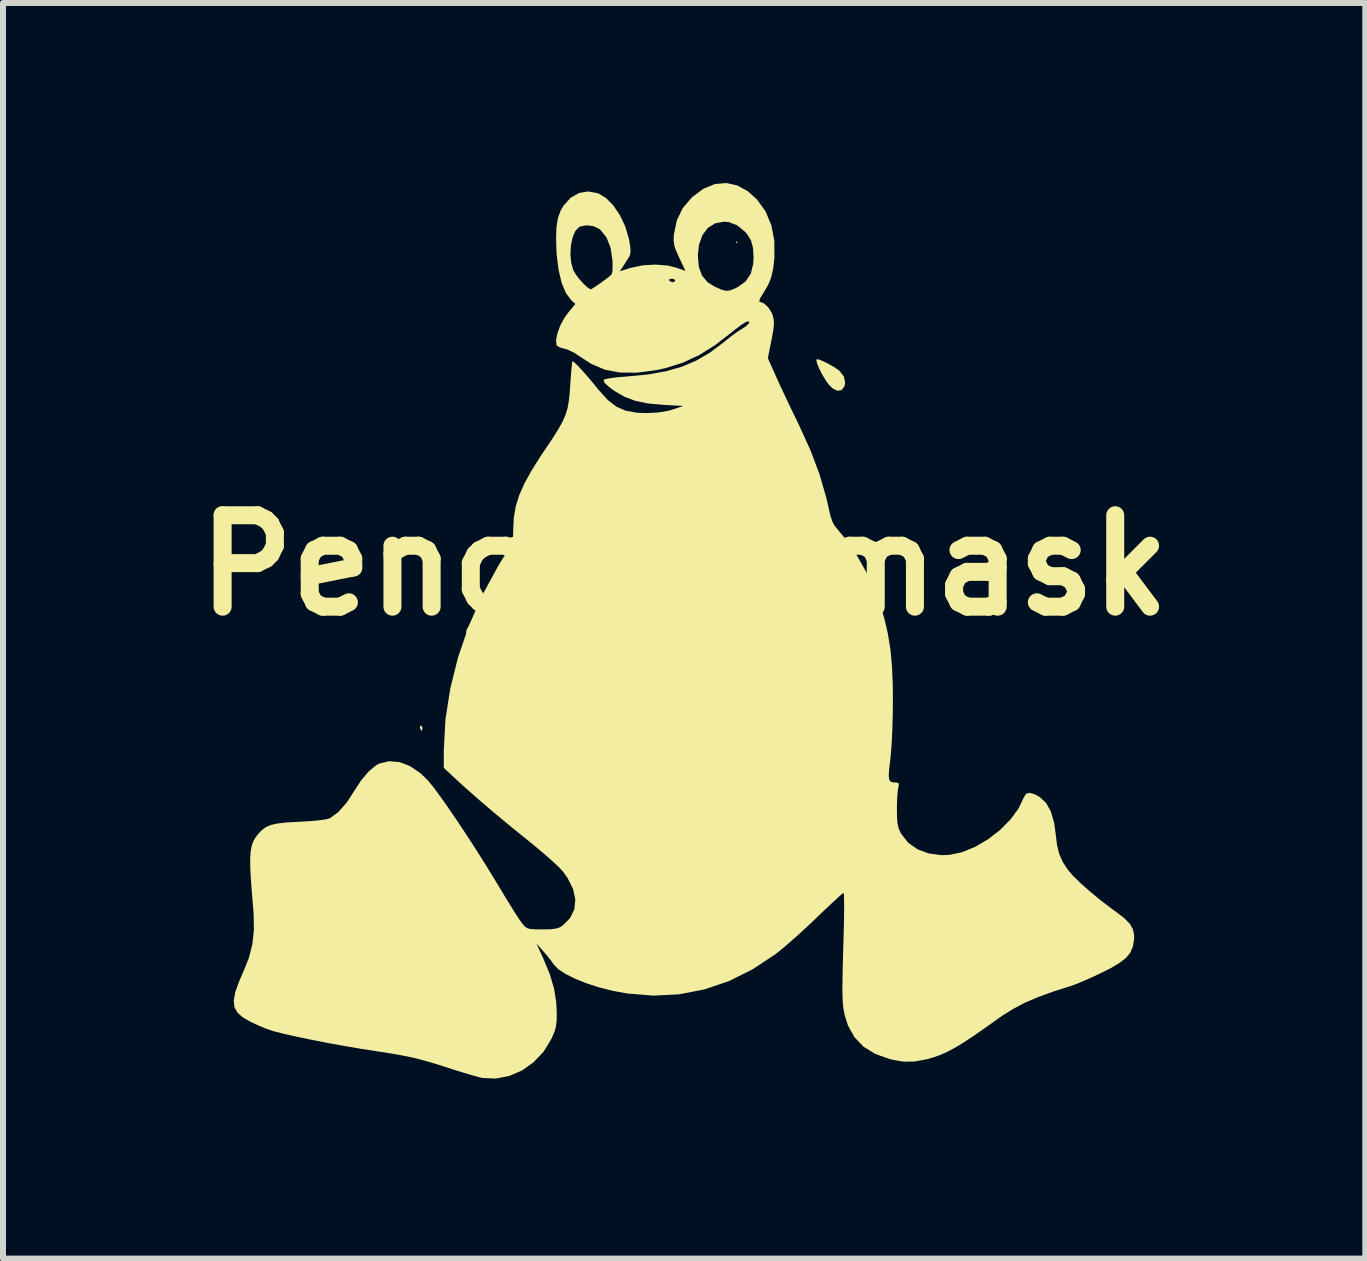
<source format=kicad_pcb>
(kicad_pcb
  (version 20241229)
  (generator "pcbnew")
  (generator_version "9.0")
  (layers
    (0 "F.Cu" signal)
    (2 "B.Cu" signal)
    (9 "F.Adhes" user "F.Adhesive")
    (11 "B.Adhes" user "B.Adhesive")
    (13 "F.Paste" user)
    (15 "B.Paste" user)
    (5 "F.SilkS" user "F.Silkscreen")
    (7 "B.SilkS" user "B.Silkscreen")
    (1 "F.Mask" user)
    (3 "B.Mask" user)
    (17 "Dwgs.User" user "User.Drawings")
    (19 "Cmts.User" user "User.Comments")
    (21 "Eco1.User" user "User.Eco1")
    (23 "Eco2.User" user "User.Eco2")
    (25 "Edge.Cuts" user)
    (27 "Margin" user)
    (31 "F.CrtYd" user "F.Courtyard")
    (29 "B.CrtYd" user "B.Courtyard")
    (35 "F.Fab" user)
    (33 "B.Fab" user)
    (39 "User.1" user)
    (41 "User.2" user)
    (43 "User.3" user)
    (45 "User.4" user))
  (footprint "Penguin_mask"
    (layer "F.Cu")
    (at 8.353 6.372)
    (property "Reference" "Penguin_mask" (at 0 0 0) (layer "F.SilkS") (effects (font (size 1.524 1.524) (thickness 0.3))))
    (attr board_only exclude_from_pos_files exclude_from_bom)
    (fp_poly (pts (xy 0.89 -5.386) (xy 0.875 -5.371) (xy 0.861 -5.386) (xy 0.875 -5.4)) (stroke (width 0) (type solid)) (fill yes) (layer "F.SilkS"))
    (fp_poly (pts (xy -4.365 2.695) (xy -4.362 2.715) (xy -4.368 2.755) (xy -4.374 2.76) (xy -4.393 2.736) (xy -4.402 2.715) (xy -4.403 2.677) (xy -4.391 2.671)) (stroke (width 0) (type solid)) (fill yes) (layer "F.SilkS"))
    (fp_poly (pts (xy 2.242 -3.431) (xy 2.311 -3.404) (xy 2.399 -3.361) (xy 2.49 -3.31) (xy 2.568 -3.257) (xy 2.592 -3.237) (xy 2.663 -3.145) (xy 2.683 -3.04) (xy 2.671 -2.982) (xy 2.624 -2.921) (xy 2.556 -2.909) (xy 2.476 -2.947) (xy 2.418 -3.003) (xy 2.359 -3.083) (xy 2.301 -3.18) (xy 2.251 -3.277) (xy 2.216 -3.362) (xy 2.203 -3.419) (xy 2.206 -3.433)) (stroke (width 0) (type solid)) (fill yes) (layer "F.SilkS"))
    (fp_poly (pts (xy 0.882 -6.333) (xy 1.061 -6.235) (xy 1.213 -6.098) (xy 1.356 -5.9) (xy 1.453 -5.668) (xy 1.503 -5.407) (xy 1.504 -5.124) (xy 1.483 -4.942) (xy 1.45 -4.798) (xy 1.4 -4.674) (xy 1.326 -4.548) (xy 1.321 -4.541) (xy 1.27 -4.457) (xy 1.251 -4.405) (xy 1.259 -4.392) (xy 1.329 -4.366) (xy 1.401 -4.3) (xy 1.459 -4.209) (xy 1.478 -4.16) (xy 1.493 -4.094) (xy 1.496 -4.022) (xy 1.487 -3.928) (xy 1.464 -3.797) (xy 1.454 -3.748) (xy 1.395 -3.453) (xy 1.54 -3.128) (xy 1.605 -2.984) (xy 1.689 -2.806) (xy 1.781 -2.612) (xy 1.873 -2.422) (xy 1.91 -2.346) (xy 2.105 -1.918) (xy 2.257 -1.514) (xy 2.369 -1.125) (xy 2.402 -0.982) (xy 2.435 -0.836) (xy 2.468 -0.734) (xy 2.507 -0.661) (xy 2.547 -0.611) (xy 2.712 -0.412) (xy 2.876 -0.168) (xy 3.03 0.103) (xy 3.164 0.387) (xy 3.263 0.645) (xy 3.339 0.895) (xy 3.396 1.143) (xy 3.438 1.402) (xy 3.464 1.684) (xy 3.477 2.003) (xy 3.479 2.255) (xy 3.476 2.506) (xy 3.469 2.751) (xy 3.458 2.973) (xy 3.444 3.158) (xy 3.436 3.234) (xy 3.417 3.391) (xy 3.41 3.498) (xy 3.415 3.565) (xy 3.436 3.602) (xy 3.474 3.617) (xy 3.524 3.62) (xy 3.57 3.627) (xy 3.578 3.661) (xy 3.569 3.702) (xy 3.559 3.767) (xy 3.551 3.874) (xy 3.546 4.003) (xy 3.546 4.065) (xy 3.548 4.206) (xy 3.556 4.304) (xy 3.573 4.379) (xy 3.603 4.449) (xy 3.62 4.479) (xy 3.734 4.624) (xy 3.889 4.733) (xy 4.078 4.803) (xy 4.292 4.831) (xy 4.42 4.826) (xy 4.631 4.782) (xy 4.85 4.693) (xy 5.065 4.566) (xy 5.264 4.412) (xy 5.438 4.237) (xy 5.574 4.052) (xy 5.659 3.872) (xy 5.698 3.809) (xy 5.759 3.791) (xy 5.85 3.819) (xy 5.928 3.863) (xy 6.032 3.96) (xy 6.113 4.107) (xy 6.168 4.298) (xy 6.191 4.468) (xy 6.214 4.66) (xy 6.252 4.812) (xy 6.31 4.945) (xy 6.395 5.074) (xy 6.48 5.174) (xy 6.606 5.297) (xy 6.761 5.434) (xy 6.935 5.578) (xy 7.12 5.719) (xy 7.192 5.771) (xy 7.333 5.879) (xy 7.427 5.974) (xy 7.48 6.066) (xy 7.5 6.165) (xy 7.498 6.238) (xy 7.479 6.354) (xy 7.438 6.452) (xy 7.369 6.539) (xy 7.263 6.623) (xy 7.114 6.712) (xy 6.963 6.788) (xy 6.811 6.86) (xy 6.66 6.927) (xy 6.526 6.982) (xy 6.428 7.017) (xy 6.424 7.018) (xy 6.132 7.111) (xy 5.887 7.201) (xy 5.676 7.292) (xy 5.488 7.391) (xy 5.311 7.501) (xy 5.234 7.555) (xy 4.999 7.722) (xy 4.804 7.857) (xy 4.641 7.964) (xy 4.502 8.047) (xy 4.379 8.112) (xy 4.266 8.162) (xy 4.154 8.201) (xy 4.046 8.232) (xy 3.843 8.27) (xy 3.657 8.273) (xy 3.458 8.238) (xy 3.433 8.232) (xy 3.188 8.145) (xy 2.99 8.024) (xy 2.838 7.865) (xy 2.729 7.668) (xy 2.674 7.492) (xy 2.661 7.426) (xy 2.65 7.356) (xy 2.643 7.275) (xy 2.639 7.174) (xy 2.637 7.049) (xy 2.639 6.89) (xy 2.643 6.692) (xy 2.649 6.447) (xy 2.656 6.224) (xy 2.662 6.018) (xy 2.665 5.833) (xy 2.666 5.677) (xy 2.665 5.558) (xy 2.662 5.483) (xy 2.657 5.46) (xy 2.629 5.48) (xy 2.566 5.535) (xy 2.475 5.619) (xy 2.361 5.726) (xy 2.232 5.849) (xy 2.209 5.872) (xy 2.057 6.016) (xy 1.899 6.161) (xy 1.747 6.295) (xy 1.613 6.409) (xy 1.522 6.481) (xy 1.14 6.734) (xy 0.744 6.931) (xy 0.336 7.069) (xy -0.083 7.15) (xy -0.513 7.172) (xy -0.951 7.136) (xy -1.187 7.093) (xy -1.413 7.036) (xy -1.626 6.967) (xy -1.819 6.89) (xy -1.98 6.809) (xy -2.101 6.729) (xy -2.174 6.653) (xy -2.174 6.652) (xy -2.221 6.586) (xy -2.291 6.499) (xy -2.342 6.439) (xy -2.462 6.305) (xy -2.346 6.558) (xy -2.239 6.817) (xy -2.169 7.052) (xy -2.132 7.28) (xy -2.124 7.448) (xy -2.125 7.582) (xy -2.136 7.682) (xy -2.16 7.771) (xy -2.204 7.874) (xy -2.216 7.899) (xy -2.343 8.107) (xy -2.508 8.281) (xy -2.7 8.418) (xy -2.912 8.51) (xy -3.135 8.554) (xy -3.358 8.545) (xy -3.368 8.543) (xy -3.439 8.526) (xy -3.553 8.494) (xy -3.694 8.452) (xy -3.851 8.403) (xy -3.902 8.386) (xy -4.135 8.312) (xy -4.332 8.254) (xy -4.511 8.208) (xy -4.694 8.17) (xy -4.898 8.134) (xy -5.106 8.102) (xy -5.378 8.06) (xy -5.66 8.012) (xy -5.942 7.961) (xy -6.212 7.908) (xy -6.458 7.857) (xy -6.671 7.809) (xy -6.839 7.766) (xy -6.869 7.757) (xy -6.971 7.722) (xy -7.099 7.669) (xy -7.225 7.61) (xy -7.23 7.607) (xy -7.359 7.533) (xy -7.447 7.454) (xy -7.496 7.363) (xy -7.507 7.251) (xy -7.481 7.112) (xy -7.419 6.938) (xy -7.35 6.78) (xy -7.255 6.543) (xy -7.197 6.315) (xy -7.171 6.078) (xy -7.176 5.812) (xy -7.182 5.727) (xy -7.206 5.445) (xy -7.223 5.216) (xy -7.232 5.031) (xy -7.233 4.885) (xy -7.226 4.77) (xy -7.209 4.679) (xy -7.184 4.605) (xy -7.148 4.541) (xy -7.102 4.48) (xy -7.101 4.479) (xy -7.038 4.412) (xy -6.971 4.363) (xy -6.89 4.328) (xy -6.784 4.304) (xy -6.641 4.287) (xy -6.452 4.276) (xy -6.409 4.274) (xy -6.225 4.263) (xy -6.074 4.249) (xy -5.963 4.232) (xy -5.905 4.216) (xy -5.766 4.114) (xy -5.628 3.959) (xy -5.513 3.783) (xy -5.387 3.589) (xy -5.261 3.438) (xy -5.139 3.336) (xy -5.082 3.305) (xy -4.918 3.265) (xy -4.743 3.28) (xy -4.567 3.348) (xy -4.394 3.466) (xy -4.271 3.586) (xy -4.187 3.688) (xy -4.078 3.834) (xy -3.949 4.016) (xy -3.805 4.226) (xy -3.652 4.456) (xy -3.494 4.699) (xy -3.336 4.947) (xy -3.185 5.193) (xy -3.098 5.336) (xy -2.997 5.504) (xy -2.901 5.66) (xy -2.817 5.796) (xy -2.749 5.9) (xy -2.703 5.965) (xy -2.696 5.974) (xy -2.655 6.02) (xy -2.617 6.047) (xy -2.564 6.062) (xy -2.482 6.067) (xy -2.364 6.068) (xy -2.231 6.066) (xy -2.141 6.056) (xy -2.077 6.036) (xy -2.029 6.007) (xy -1.903 5.881) (xy -1.831 5.735) (xy -1.814 5.573) (xy -1.851 5.398) (xy -1.942 5.214) (xy -2.018 5.107) (xy -2.078 5.042) (xy -2.175 4.949) (xy -2.299 4.839) (xy -2.44 4.719) (xy -2.566 4.616) (xy -2.875 4.366) (xy -3.168 4.123) (xy -3.436 3.894) (xy -3.672 3.686) (xy -3.811 3.558) (xy -4.006 3.376) (xy -4.006 3.074) (xy -3.979 2.57) (xy -3.898 2.051) (xy -3.767 1.528) (xy -3.588 1.006) (xy -3.362 0.493) (xy -3.093 -0.001) (xy -3.014 -0.129) (xy -2.94 -0.249) (xy -2.892 -0.335) (xy -2.865 -0.405) (xy -2.852 -0.475) (xy -2.849 -0.561) (xy -2.849 -0.605) (xy -2.839 -0.797) (xy -2.807 -0.982) (xy -2.749 -1.169) (xy -2.662 -1.366) (xy -2.541 -1.584) (xy -2.384 -1.833) (xy -2.33 -1.912) (xy -2.201 -2.104) (xy -2.103 -2.259) (xy -2.03 -2.388) (xy -1.979 -2.504) (xy -1.944 -2.617) (xy -1.922 -2.74) (xy -1.907 -2.882) (xy -1.899 -3.001) (xy -1.889 -3.146) (xy -1.879 -3.268) (xy -1.87 -3.356) (xy -1.863 -3.398) (xy -1.862 -3.4) (xy -1.836 -3.387) (xy -1.779 -3.333) (xy -1.698 -3.246) (xy -1.598 -3.133) (xy -1.486 -2.999) (xy -1.42 -2.917) (xy -1.274 -2.756) (xy -1.13 -2.644) (xy -0.972 -2.576) (xy -0.786 -2.543) (xy -0.638 -2.537) (xy -0.431 -2.547) (xy -0.26 -2.577) (xy -0.193 -2.596) (xy -0.015 -2.656) (xy -0.356 -2.675) (xy -0.606 -2.698) (xy -0.813 -2.741) (xy -0.993 -2.808) (xy -1.16 -2.905) (xy -1.256 -2.975) (xy -1.327 -3.042) (xy -1.344 -3.086) (xy -1.339 -3.094) (xy -1.299 -3.107) (xy -1.213 -3.122) (xy -1.093 -3.136) (xy -0.959 -3.147) (xy -0.611 -3.18) (xy -0.308 -3.233) (xy -0.041 -3.309) (xy 0.202 -3.412) (xy 0.432 -3.547) (xy 0.66 -3.718) (xy 0.679 -3.734) (xy 0.778 -3.813) (xy 0.87 -3.881) (xy 0.938 -3.926) (xy 0.946 -3.93) (xy 1.018 -3.976) (xy 1.067 -4.019) (xy 1.089 -4.055) (xy 1.065 -4.065) (xy 1.057 -4.065) (xy 1.014 -4.047) (xy 0.939 -3.998) (xy 0.846 -3.927) (xy 0.794 -3.885) (xy 0.515 -3.669) (xy 0.247 -3.502) (xy -0.023 -3.377) (xy -0.309 -3.287) (xy -0.474 -3.251) (xy -0.79 -3.21) (xy -1.071 -3.213) (xy -1.323 -3.261) (xy -1.549 -3.357) (xy -1.705 -3.458) (xy -1.832 -3.542) (xy -1.946 -3.596) (xy -1.997 -3.61) (xy -2.074 -3.632) (xy -2.123 -3.663) (xy -2.128 -3.671) (xy -2.135 -3.756) (xy -2.112 -3.87) (xy -2.064 -3.999) (xy -1.996 -4.124) (xy -1.943 -4.198) (xy -1.814 -4.356) (xy -1.884 -4.421) (xy -1.972 -4.54) (xy -2.043 -4.71) (xy -2.094 -4.927) (xy -2.126 -5.185) (xy -2.126 -5.188) (xy -1.896 -5.188) (xy -1.883 -5.044) (xy -1.847 -4.917) (xy -1.844 -4.911) (xy -1.802 -4.842) (xy -1.74 -4.762) (xy -1.67 -4.685) (xy -1.605 -4.626) (xy -1.56 -4.6) (xy -1.557 -4.599) (xy -1.527 -4.615) (xy -1.464 -4.657) (xy -1.387 -4.71) (xy -1.335 -4.748) (xy -0.252 -4.748) (xy -0.209 -4.72) (xy -0.191 -4.718) (xy -0.153 -4.735) (xy -0.148 -4.748) (xy -0.173 -4.772) (xy -0.209 -4.777) (xy -0.25 -4.766) (xy -0.252 -4.748) (xy -1.335 -4.748) (xy -1.302 -4.772) (xy -1.237 -4.823) (xy -1.208 -4.851) (xy -1.197 -4.894) (xy -1.193 -4.978) (xy -1.195 -5.086) (xy -1.196 -5.089) (xy -1.227 -5.295) (xy -1.295 -5.465) (xy -1.396 -5.591) (xy -1.413 -5.605) (xy -1.513 -5.653) (xy -1.632 -5.667) (xy -1.739 -5.644) (xy -1.749 -5.639) (xy -1.812 -5.575) (xy -1.858 -5.469) (xy -1.887 -5.335) (xy -1.896 -5.188) (xy -2.126 -5.188) (xy -2.135 -5.445) (xy -2.128 -5.638) (xy -2.104 -5.788) (xy -2.058 -5.913) (xy -2.009 -5.997) (xy -1.891 -6.127) (xy -1.751 -6.206) (xy -1.597 -6.231) (xy -1.436 -6.201) (xy -1.434 -6.2) (xy -1.304 -6.123) (xy -1.181 -5.998) (xy -1.072 -5.837) (xy -0.983 -5.651) (xy -0.923 -5.45) (xy -0.914 -5.405) (xy -0.897 -5.292) (xy -0.894 -5.218) (xy -0.905 -5.166) (xy -0.929 -5.122) (xy -0.983 -5.038) (xy -1.025 -4.973) (xy -1.072 -4.901) (xy -0.889 -4.958) (xy -0.69 -5) (xy -0.475 -5.012) (xy -0.268 -4.995) (xy -0.13 -4.96) (xy 0.021 -4.908) (xy -0.082 -5.126) (xy -0.099 -5.163) (xy 0.228 -5.163) (xy 0.244 -4.975) (xy 0.297 -4.829) (xy 0.391 -4.718) (xy 0.514 -4.642) (xy 0.621 -4.595) (xy 0.699 -4.575) (xy 0.769 -4.583) (xy 0.852 -4.617) (xy 0.891 -4.636) (xy 1.023 -4.73) (xy 1.109 -4.858) (xy 1.151 -5.024) (xy 1.157 -5.124) (xy 1.148 -5.287) (xy 1.115 -5.411) (xy 1.053 -5.515) (xy 1.014 -5.559) (xy 0.883 -5.667) (xy 0.743 -5.72) (xy 0.662 -5.727) (xy 0.516 -5.7) (xy 0.395 -5.623) (xy 0.304 -5.502) (xy 0.247 -5.342) (xy 0.228 -5.163) (xy -0.099 -5.163) (xy -0.135 -5.244) (xy -0.165 -5.331) (xy -0.175 -5.409) (xy -0.172 -5.5) (xy -0.171 -5.515) (xy -0.123 -5.748) (xy -0.024 -5.953) (xy 0.128 -6.132) (xy 0.137 -6.14) (xy 0.321 -6.276) (xy 0.509 -6.354) (xy 0.697 -6.372)) (stroke (width 0) (type solid)) (fill yes) (layer "F.SilkS")))
  (gr_rect
    (start -3 -3)
    (end 19.706 17.927)
    (stroke (width 0.1) (type default))
    (fill no)
    (layer "Edge.Cuts")))
</source>
